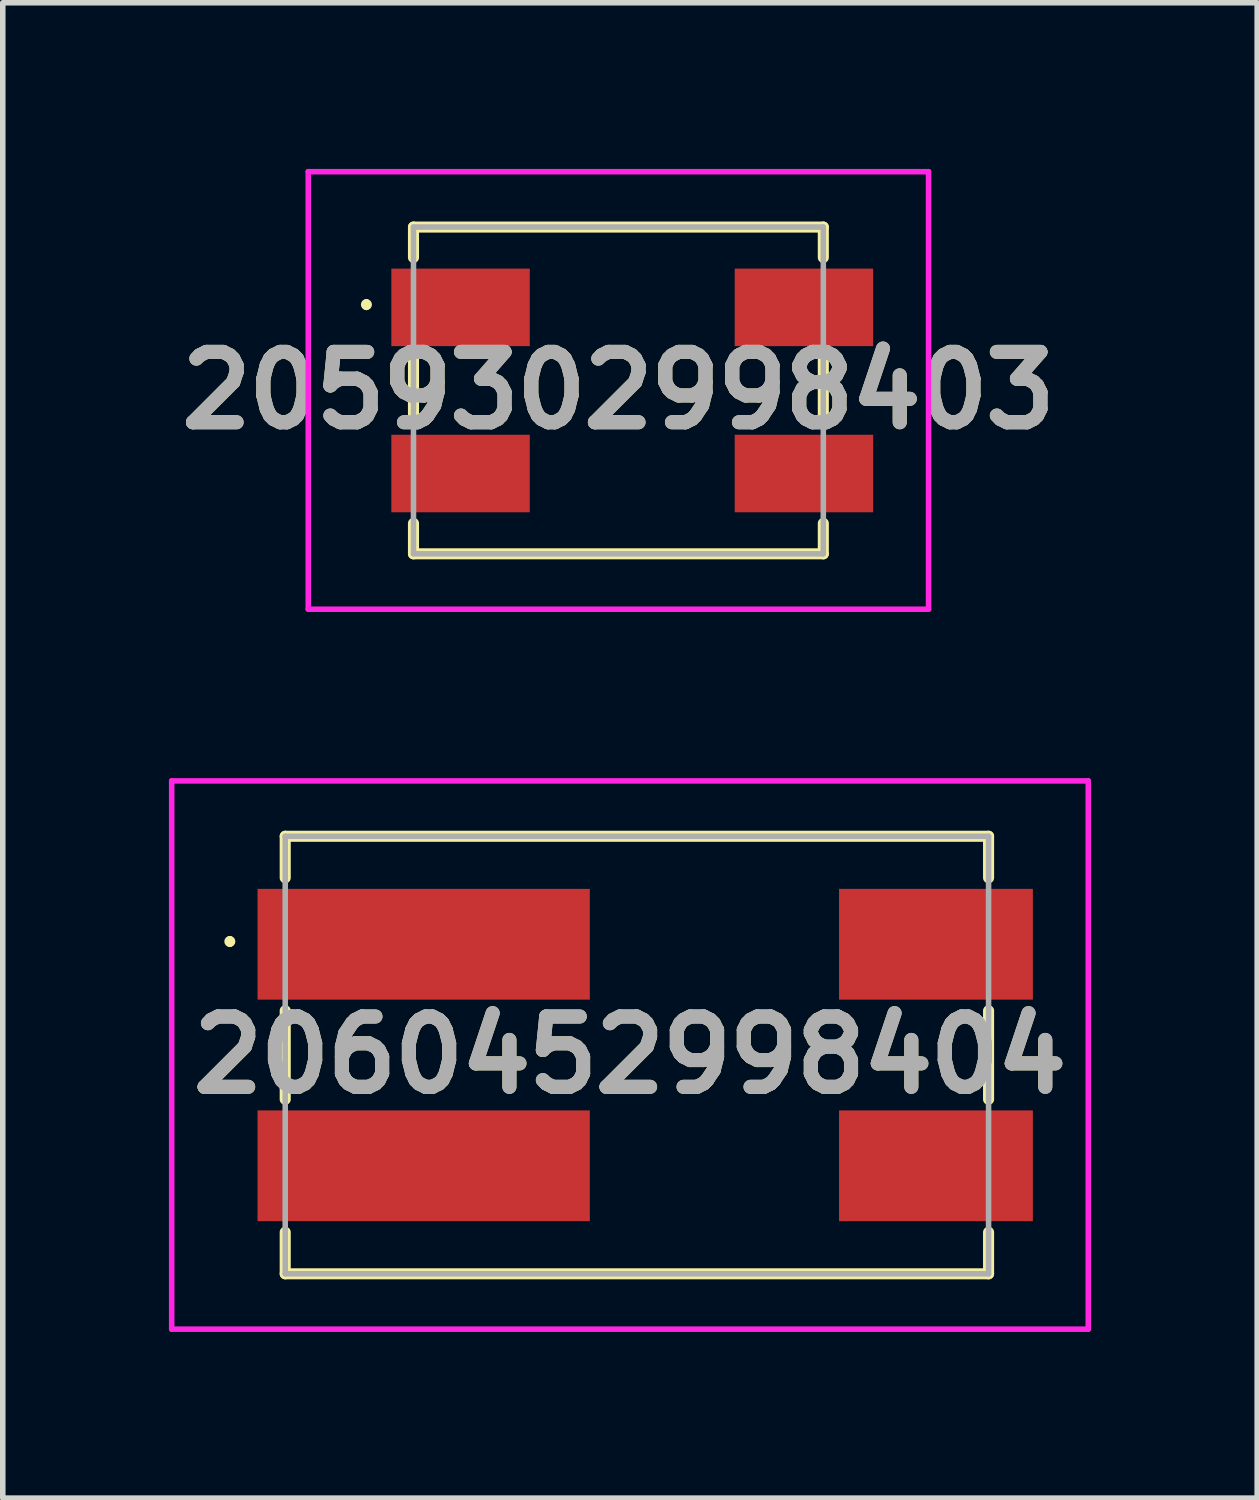
<source format=kicad_pcb>
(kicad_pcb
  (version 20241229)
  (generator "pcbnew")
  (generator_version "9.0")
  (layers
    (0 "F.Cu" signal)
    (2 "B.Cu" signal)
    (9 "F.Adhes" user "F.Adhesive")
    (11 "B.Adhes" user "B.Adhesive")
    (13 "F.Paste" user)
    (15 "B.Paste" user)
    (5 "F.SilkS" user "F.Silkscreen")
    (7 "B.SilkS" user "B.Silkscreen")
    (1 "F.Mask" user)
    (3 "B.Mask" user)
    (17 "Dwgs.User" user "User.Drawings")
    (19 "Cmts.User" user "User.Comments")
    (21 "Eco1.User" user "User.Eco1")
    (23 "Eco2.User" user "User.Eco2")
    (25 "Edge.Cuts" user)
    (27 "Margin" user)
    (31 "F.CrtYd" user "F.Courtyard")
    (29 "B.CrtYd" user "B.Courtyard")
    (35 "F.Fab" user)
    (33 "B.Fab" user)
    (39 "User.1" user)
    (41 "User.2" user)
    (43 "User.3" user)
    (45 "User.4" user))
  (footprint "2060452998404"
    (layer "F.Cu")
    (at 8.325 16)
    (property "Reference" "2060452998404" (at 0 0 0) (layer "F.SilkS") (effects (font (size 1.27 1.27) (thickness 0.254))))
    (attr smd)
    (fp_line (start -7.225 -2.1) (end -7.225 -2.1) (stroke (width 0.1) (type solid)) (layer "F.SilkS"))
    (fp_line (start -7.225 -2) (end -7.225 -2) (stroke (width 0.1) (type solid)) (layer "F.SilkS"))
    (fp_line (start -6.225 -3.95) (end 6.475 -3.95) (stroke (width 0.2) (type solid)) (layer "F.SilkS"))
    (fp_line (start -6.225 -3.2) (end -6.225 -3.95) (stroke (width 0.2) (type solid)) (layer "F.SilkS"))
    (fp_line (start -6.225 -0.8) (end -6.225 0.8) (stroke (width 0.2) (type solid)) (layer "F.SilkS"))
    (fp_line (start -6.225 3.2) (end -6.225 3.95) (stroke (width 0.2) (type solid)) (layer "F.SilkS"))
    (fp_line (start -6.225 3.95) (end 6.475 3.95) (stroke (width 0.2) (type solid)) (layer "F.SilkS"))
    (fp_line (start 6.475 -3.95) (end 6.475 -3.2) (stroke (width 0.2) (type solid)) (layer "F.SilkS"))
    (fp_line (start 6.475 -0.8) (end 6.475 0.8) (stroke (width 0.2) (type solid)) (layer "F.SilkS"))
    (fp_line (start 6.475 3.95) (end 6.475 3.2) (stroke (width 0.2) (type solid)) (layer "F.SilkS"))
    (fp_arc (start -7.225 -2.1) (mid -7.175 -2.05) (end -7.225 -2) (stroke (width 0.1) (type solid)) (layer "F.SilkS"))
    (fp_arc (start -7.225 -2) (mid -7.275 -2.05) (end -7.225 -2.1) (stroke (width 0.1) (type solid)) (layer "F.SilkS"))
    (fp_line (start -8.275 -4.95) (end 8.275 -4.95) (stroke (width 0.1) (type solid)) (layer "F.CrtYd"))
    (fp_line (start -8.275 4.95) (end -8.275 -4.95) (stroke (width 0.1) (type solid)) (layer "F.CrtYd"))
    (fp_line (start 8.275 -4.95) (end 8.275 4.95) (stroke (width 0.1) (type solid)) (layer "F.CrtYd"))
    (fp_line (start 8.275 4.95) (end -8.275 4.95) (stroke (width 0.1) (type solid)) (layer "F.CrtYd"))
    (fp_line (start -6.225 -3.95) (end 6.475 -3.95) (stroke (width 0.1) (type solid)) (layer "F.Fab"))
    (fp_line (start -6.225 3.95) (end -6.225 -3.95) (stroke (width 0.1) (type solid)) (layer "F.Fab"))
    (fp_line (start 6.475 -3.95) (end 6.475 3.95) (stroke (width 0.1) (type solid)) (layer "F.Fab"))
    (fp_line (start 6.475 3.95) (end -6.225 3.95) (stroke (width 0.1) (type solid)) (layer "F.Fab"))
    (fp_text user "${REFERENCE}" (at 0 0 0) (layer "F.Fab") (effects (font (size 1.27 1.27) (thickness 0.254))))
    (pad "1" smd rect (at -3.725 -2 90) (size 2 6) (layers "F.Cu" "F.Mask" "F.Paste"))
    (pad "2" smd rect (at 5.525 -2 90) (size 2 3.5) (layers "F.Cu" "F.Mask" "F.Paste"))
    (pad "3" smd rect (at -3.725 2 90) (size 2 6) (layers "F.Cu" "F.Mask" "F.Paste"))
    (pad "4" smd rect (at 5.525 2 90) (size 2 3.5) (layers "F.Cu" "F.Mask" "F.Paste")))
  (footprint "2059302998403"
    (layer "F.Cu")
    (at 8.116 4)
    (property "Reference" "2059302998403" (at 0 0 0) (layer "F.SilkS") (effects (font (size 1.27 1.27) (thickness 0.254))))
    (attr smd)
    (fp_line (start -4.55 -1.6) (end -4.55 -1.6) (stroke (width 0.1) (type solid)) (layer "F.SilkS"))
    (fp_line (start -4.55 -1.5) (end -4.55 -1.5) (stroke (width 0.1) (type solid)) (layer "F.SilkS"))
    (fp_line (start -3.7 -2.95) (end 3.7 -2.95) (stroke (width 0.2) (type solid)) (layer "F.SilkS"))
    (fp_line (start -3.7 -2.4) (end -3.7 -2.95) (stroke (width 0.2) (type solid)) (layer "F.SilkS"))
    (fp_line (start -3.7 -0.6) (end -3.7 0.6) (stroke (width 0.2) (type solid)) (layer "F.SilkS"))
    (fp_line (start -3.7 2.4) (end -3.7 2.95) (stroke (width 0.2) (type solid)) (layer "F.SilkS"))
    (fp_line (start -3.7 2.95) (end 3.7 2.95) (stroke (width 0.2) (type solid)) (layer "F.SilkS"))
    (fp_line (start 3.7 -2.95) (end 3.7 -2.4) (stroke (width 0.2) (type solid)) (layer "F.SilkS"))
    (fp_line (start 3.7 -0.6) (end 3.7 0.6) (stroke (width 0.2) (type solid)) (layer "F.SilkS"))
    (fp_line (start 3.7 2.95) (end 3.7 2.4) (stroke (width 0.2) (type solid)) (layer "F.SilkS"))
    (fp_arc (start -4.55 -1.6) (mid -4.5 -1.55) (end -4.55 -1.5) (stroke (width 0.1) (type solid)) (layer "F.SilkS"))
    (fp_arc (start -4.55 -1.5) (mid -4.6 -1.55) (end -4.55 -1.6) (stroke (width 0.1) (type solid)) (layer "F.SilkS"))
    (fp_line (start -5.6 -3.95) (end 5.6 -3.95) (stroke (width 0.1) (type solid)) (layer "F.CrtYd"))
    (fp_line (start -5.6 3.95) (end -5.6 -3.95) (stroke (width 0.1) (type solid)) (layer "F.CrtYd"))
    (fp_line (start 5.6 -3.95) (end 5.6 3.95) (stroke (width 0.1) (type solid)) (layer "F.CrtYd"))
    (fp_line (start 5.6 3.95) (end -5.6 3.95) (stroke (width 0.1) (type solid)) (layer "F.CrtYd"))
    (fp_line (start -3.7 -2.95) (end 3.7 -2.95) (stroke (width 0.1) (type solid)) (layer "F.Fab"))
    (fp_line (start -3.7 2.95) (end -3.7 -2.95) (stroke (width 0.1) (type solid)) (layer "F.Fab"))
    (fp_line (start 3.7 -2.95) (end 3.7 2.95) (stroke (width 0.1) (type solid)) (layer "F.Fab"))
    (fp_line (start 3.7 2.95) (end -3.7 2.95) (stroke (width 0.1) (type solid)) (layer "F.Fab"))
    (fp_text user "${REFERENCE}" (at 0 0 0) (layer "F.Fab") (effects (font (size 1.27 1.27) (thickness 0.254))))
    (pad "1" smd rect (at -2.85 -1.5 90) (size 1.4 2.5) (layers "F.Cu" "F.Mask" "F.Paste"))
    (pad "2" smd rect (at 3.35 -1.5 90) (size 1.4 2.5) (layers "F.Cu" "F.Mask" "F.Paste"))
    (pad "3" smd rect (at -2.85 1.5 90) (size 1.4 2.5) (layers "F.Cu" "F.Mask" "F.Paste"))
    (pad "4" smd rect (at 3.35 1.5 90) (size 1.4 2.5) (layers "F.Cu" "F.Mask" "F.Paste")))
  (gr_rect
    (start -3 -3)
    (end 19.65 24)
    (stroke (width 0.1) (type default))
    (fill no)
    (layer "Edge.Cuts")))
</source>
